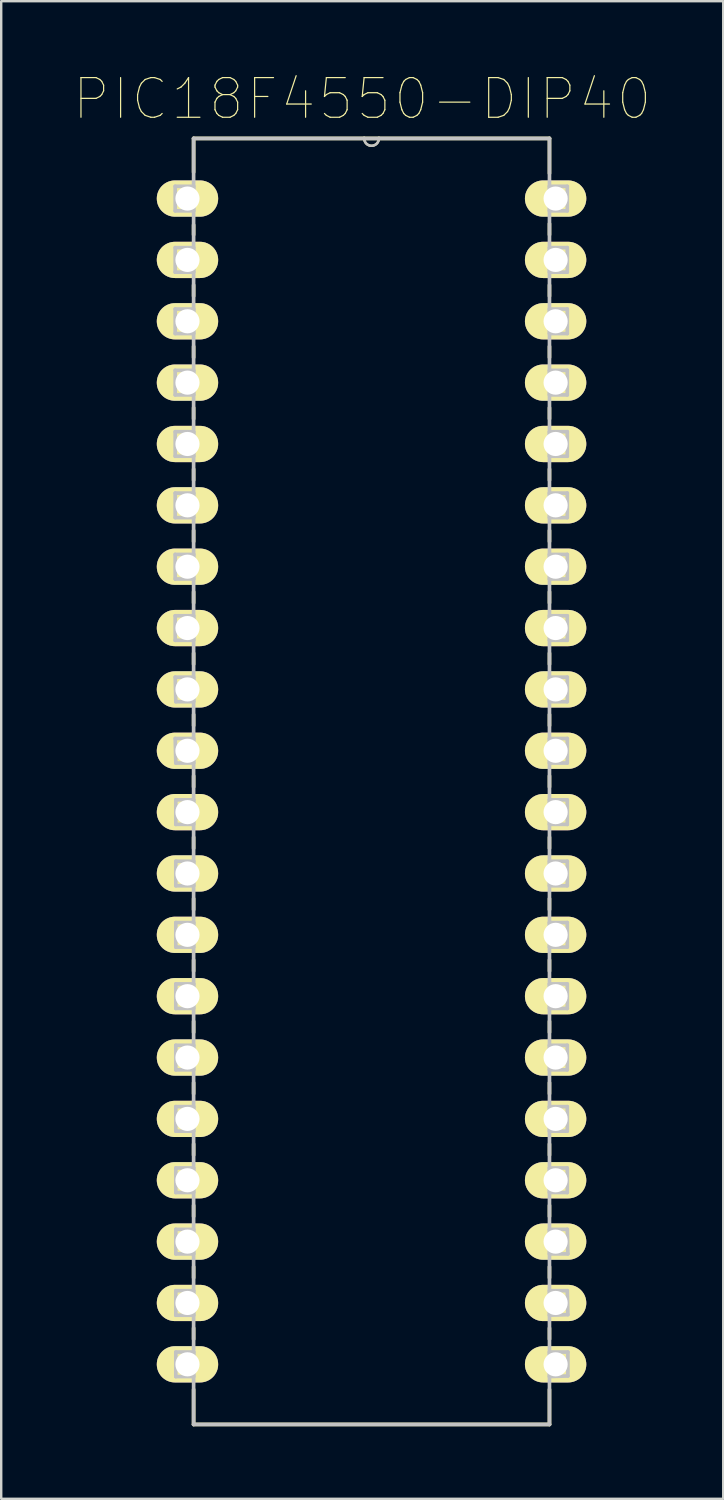
<source format=kicad_pcb>
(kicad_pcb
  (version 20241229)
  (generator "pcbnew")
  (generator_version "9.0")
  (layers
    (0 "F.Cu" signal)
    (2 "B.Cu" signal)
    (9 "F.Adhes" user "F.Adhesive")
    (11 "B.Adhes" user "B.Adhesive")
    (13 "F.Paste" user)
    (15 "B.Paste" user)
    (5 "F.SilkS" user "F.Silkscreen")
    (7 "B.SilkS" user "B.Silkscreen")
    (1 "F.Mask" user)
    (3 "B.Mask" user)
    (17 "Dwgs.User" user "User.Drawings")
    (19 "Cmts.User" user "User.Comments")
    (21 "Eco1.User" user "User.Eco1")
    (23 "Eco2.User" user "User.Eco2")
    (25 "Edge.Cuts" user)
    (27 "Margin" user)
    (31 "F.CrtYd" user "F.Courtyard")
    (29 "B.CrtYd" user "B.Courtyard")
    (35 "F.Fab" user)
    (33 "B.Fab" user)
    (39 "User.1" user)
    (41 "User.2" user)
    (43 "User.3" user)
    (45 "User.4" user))
  (footprint "PIC18F4550-DIP40"
    (layer "F.Cu")
    (at 19.951 53.43)
    (property "Reference" "PIC18F4550-DIP40" (at -8.006 -52.383 0) (layer "F.SilkS") (effects (font (size 1.641 1.641) (thickness 0.05))))
    (attr through_hole)
    (fp_line (start -14.986 -50.749) (end -14.986 -49.352) (stroke (width 0.152) (type solid)) (layer "F.SilkS"))
    (fp_line (start -14.986 -47.168) (end -14.986 -46.761) (stroke (width 0.152) (type solid)) (layer "F.SilkS"))
    (fp_line (start -14.986 -44.679) (end -14.986 -44.221) (stroke (width 0.152) (type solid)) (layer "F.SilkS"))
    (fp_line (start -14.986 -42.139) (end -14.986 -41.681) (stroke (width 0.152) (type solid)) (layer "F.SilkS"))
    (fp_line (start -14.986 -39.599) (end -14.986 -39.141) (stroke (width 0.152) (type solid)) (layer "F.SilkS"))
    (fp_line (start -14.986 -37.059) (end -14.986 -36.601) (stroke (width 0.152) (type solid)) (layer "F.SilkS"))
    (fp_line (start -14.986 -34.519) (end -14.986 -34.061) (stroke (width 0.152) (type solid)) (layer "F.SilkS"))
    (fp_line (start -14.986 -31.979) (end -14.986 -31.521) (stroke (width 0.152) (type solid)) (layer "F.SilkS"))
    (fp_line (start -14.986 -29.439) (end -14.986 -28.981) (stroke (width 0.152) (type solid)) (layer "F.SilkS"))
    (fp_line (start -14.986 -26.899) (end -14.986 -26.441) (stroke (width 0.152) (type solid)) (layer "F.SilkS"))
    (fp_line (start -14.986 -24.359) (end -14.986 -23.901) (stroke (width 0.152) (type solid)) (layer "F.SilkS"))
    (fp_line (start -14.986 -21.819) (end -14.986 -21.361) (stroke (width 0.152) (type solid)) (layer "F.SilkS"))
    (fp_line (start -14.986 -19.279) (end -14.986 -18.821) (stroke (width 0.152) (type solid)) (layer "F.SilkS"))
    (fp_line (start -14.986 -16.739) (end -14.986 -16.281) (stroke (width 0.152) (type solid)) (layer "F.SilkS"))
    (fp_line (start -14.986 -14.199) (end -14.986 -13.741) (stroke (width 0.152) (type solid)) (layer "F.SilkS"))
    (fp_line (start -14.986 -11.659) (end -14.986 -11.201) (stroke (width 0.152) (type solid)) (layer "F.SilkS"))
    (fp_line (start -14.986 -9.119) (end -14.986 -8.661) (stroke (width 0.152) (type solid)) (layer "F.SilkS"))
    (fp_line (start -14.986 -6.579) (end -14.986 -6.121) (stroke (width 0.152) (type solid)) (layer "F.SilkS"))
    (fp_line (start -14.986 -4.039) (end -14.986 -3.581) (stroke (width 0.152) (type solid)) (layer "F.SilkS"))
    (fp_line (start -14.986 -1.499) (end -14.986 -1.041) (stroke (width 0.152) (type solid)) (layer "F.SilkS"))
    (fp_line (start -14.986 1.041) (end -14.986 2.489) (stroke (width 0.152) (type solid)) (layer "F.SilkS"))
    (fp_line (start -14.986 2.489) (end -0.254 2.489) (stroke (width 0.152) (type solid)) (layer "F.SilkS"))
    (fp_line (start -7.925 -50.749) (end -14.986 -50.749) (stroke (width 0.152) (type solid)) (layer "F.SilkS"))
    (fp_line (start -7.315 -50.749) (end -7.925 -50.749) (stroke (width 0.152) (type solid)) (layer "F.SilkS"))
    (fp_line (start -0.254 -50.749) (end -7.315 -50.749) (stroke (width 0.152) (type solid)) (layer "F.SilkS"))
    (fp_line (start -0.254 -49.301) (end -0.254 -50.749) (stroke (width 0.152) (type solid)) (layer "F.SilkS"))
    (fp_line (start -0.254 -46.761) (end -0.254 -47.219) (stroke (width 0.152) (type solid)) (layer "F.SilkS"))
    (fp_line (start -0.254 -44.221) (end -0.254 -44.679) (stroke (width 0.152) (type solid)) (layer "F.SilkS"))
    (fp_line (start -0.254 -41.681) (end -0.254 -42.139) (stroke (width 0.152) (type solid)) (layer "F.SilkS"))
    (fp_line (start -0.254 -39.141) (end -0.254 -39.599) (stroke (width 0.152) (type solid)) (layer "F.SilkS"))
    (fp_line (start -0.254 -36.601) (end -0.254 -37.059) (stroke (width 0.152) (type solid)) (layer "F.SilkS"))
    (fp_line (start -0.254 -34.061) (end -0.254 -34.519) (stroke (width 0.152) (type solid)) (layer "F.SilkS"))
    (fp_line (start -0.254 -31.521) (end -0.254 -31.979) (stroke (width 0.152) (type solid)) (layer "F.SilkS"))
    (fp_line (start -0.254 -28.981) (end -0.254 -29.439) (stroke (width 0.152) (type solid)) (layer "F.SilkS"))
    (fp_line (start -0.254 -26.441) (end -0.254 -26.899) (stroke (width 0.152) (type solid)) (layer "F.SilkS"))
    (fp_line (start -0.254 -23.901) (end -0.254 -24.359) (stroke (width 0.152) (type solid)) (layer "F.SilkS"))
    (fp_line (start -0.254 -21.361) (end -0.254 -21.819) (stroke (width 0.152) (type solid)) (layer "F.SilkS"))
    (fp_line (start -0.254 -18.821) (end -0.254 -19.279) (stroke (width 0.152) (type solid)) (layer "F.SilkS"))
    (fp_line (start -0.254 -16.281) (end -0.254 -16.739) (stroke (width 0.152) (type solid)) (layer "F.SilkS"))
    (fp_line (start -0.254 -13.741) (end -0.254 -14.199) (stroke (width 0.152) (type solid)) (layer "F.SilkS"))
    (fp_line (start -0.254 -11.201) (end -0.254 -11.659) (stroke (width 0.152) (type solid)) (layer "F.SilkS"))
    (fp_line (start -0.254 -8.661) (end -0.254 -9.119) (stroke (width 0.152) (type solid)) (layer "F.SilkS"))
    (fp_line (start -0.254 -6.121) (end -0.254 -6.579) (stroke (width 0.152) (type solid)) (layer "F.SilkS"))
    (fp_line (start -0.254 -3.581) (end -0.254 -4.039) (stroke (width 0.152) (type solid)) (layer "F.SilkS"))
    (fp_line (start -0.254 -1.041) (end -0.254 -1.499) (stroke (width 0.152) (type solid)) (layer "F.SilkS"))
    (fp_line (start -0.254 2.489) (end -0.254 1.041) (stroke (width 0.152) (type solid)) (layer "F.SilkS"))
    (fp_arc (start -7.3152 -50.7492) (mid -7.62 -50.4444) (end -7.9248 -50.7492) (stroke (width 0.1) (type solid)) (layer "F.SilkS"))
    (fp_line (start -15.748 -48.768) (end -15.748 -47.752) (stroke (width 0.152) (type solid)) (layer "Dwgs.User"))
    (fp_line (start -15.748 -47.752) (end -14.986 -47.752) (stroke (width 0.152) (type solid)) (layer "Dwgs.User"))
    (fp_line (start -15.748 -46.228) (end -15.748 -45.212) (stroke (width 0.152) (type solid)) (layer "Dwgs.User"))
    (fp_line (start -15.748 -45.212) (end -14.986 -45.212) (stroke (width 0.152) (type solid)) (layer "Dwgs.User"))
    (fp_line (start -15.748 -43.688) (end -15.748 -42.672) (stroke (width 0.152) (type solid)) (layer "Dwgs.User"))
    (fp_line (start -15.748 -42.672) (end -14.986 -42.672) (stroke (width 0.152) (type solid)) (layer "Dwgs.User"))
    (fp_line (start -15.748 -41.148) (end -15.748 -40.132) (stroke (width 0.152) (type solid)) (layer "Dwgs.User"))
    (fp_line (start -15.748 -40.132) (end -14.986 -40.132) (stroke (width 0.152) (type solid)) (layer "Dwgs.User"))
    (fp_line (start -15.748 -38.608) (end -15.748 -37.592) (stroke (width 0.152) (type solid)) (layer "Dwgs.User"))
    (fp_line (start -15.748 -37.592) (end -14.986 -37.592) (stroke (width 0.152) (type solid)) (layer "Dwgs.User"))
    (fp_line (start -15.748 -36.068) (end -15.748 -35.052) (stroke (width 0.152) (type solid)) (layer "Dwgs.User"))
    (fp_line (start -15.748 -35.052) (end -14.986 -35.052) (stroke (width 0.152) (type solid)) (layer "Dwgs.User"))
    (fp_line (start -15.748 -33.528) (end -15.748 -32.512) (stroke (width 0.152) (type solid)) (layer "Dwgs.User"))
    (fp_line (start -15.748 -32.512) (end -14.986 -32.512) (stroke (width 0.152) (type solid)) (layer "Dwgs.User"))
    (fp_line (start -15.748 -30.988) (end -15.748 -29.972) (stroke (width 0.152) (type solid)) (layer "Dwgs.User"))
    (fp_line (start -15.748 -29.972) (end -14.986 -29.972) (stroke (width 0.152) (type solid)) (layer "Dwgs.User"))
    (fp_line (start -15.748 -28.448) (end -15.723 -27.432) (stroke (width 0.152) (type solid)) (layer "Dwgs.User"))
    (fp_line (start -15.748 -25.908) (end -15.723 -24.892) (stroke (width 0.152) (type solid)) (layer "Dwgs.User"))
    (fp_line (start -15.723 -27.432) (end -14.986 -27.432) (stroke (width 0.152) (type solid)) (layer "Dwgs.User"))
    (fp_line (start -15.723 -24.892) (end -14.986 -24.892) (stroke (width 0.152) (type solid)) (layer "Dwgs.User"))
    (fp_line (start -15.723 -23.368) (end -15.723 -22.352) (stroke (width 0.152) (type solid)) (layer "Dwgs.User"))
    (fp_line (start -15.723 -22.352) (end -14.986 -22.352) (stroke (width 0.152) (type solid)) (layer "Dwgs.User"))
    (fp_line (start -15.723 -20.828) (end -15.723 -19.812) (stroke (width 0.152) (type solid)) (layer "Dwgs.User"))
    (fp_line (start -15.723 -19.812) (end -14.986 -19.812) (stroke (width 0.152) (type solid)) (layer "Dwgs.User"))
    (fp_line (start -15.723 -18.288) (end -15.723 -17.272) (stroke (width 0.152) (type solid)) (layer "Dwgs.User"))
    (fp_line (start -15.723 -17.272) (end -14.986 -17.272) (stroke (width 0.152) (type solid)) (layer "Dwgs.User"))
    (fp_line (start -15.723 -15.748) (end -15.723 -14.732) (stroke (width 0.152) (type solid)) (layer "Dwgs.User"))
    (fp_line (start -15.723 -14.732) (end -14.986 -14.732) (stroke (width 0.152) (type solid)) (layer "Dwgs.User"))
    (fp_line (start -15.723 -13.208) (end -15.723 -12.192) (stroke (width 0.152) (type solid)) (layer "Dwgs.User"))
    (fp_line (start -15.723 -12.192) (end -14.986 -12.192) (stroke (width 0.152) (type solid)) (layer "Dwgs.User"))
    (fp_line (start -15.723 -10.668) (end -15.723 -9.652) (stroke (width 0.152) (type solid)) (layer "Dwgs.User"))
    (fp_line (start -15.723 -9.652) (end -14.986 -9.652) (stroke (width 0.152) (type solid)) (layer "Dwgs.User"))
    (fp_line (start -15.723 -8.128) (end -15.723 -7.112) (stroke (width 0.152) (type solid)) (layer "Dwgs.User"))
    (fp_line (start -15.723 -7.112) (end -14.986 -7.112) (stroke (width 0.152) (type solid)) (layer "Dwgs.User"))
    (fp_line (start -15.723 -5.588) (end -15.723 -4.572) (stroke (width 0.152) (type solid)) (layer "Dwgs.User"))
    (fp_line (start -15.723 -4.572) (end -14.986 -4.572) (stroke (width 0.152) (type solid)) (layer "Dwgs.User"))
    (fp_line (start -15.723 -3.048) (end -15.723 -2.032) (stroke (width 0.152) (type solid)) (layer "Dwgs.User"))
    (fp_line (start -15.723 -2.032) (end -14.986 -2.032) (stroke (width 0.152) (type solid)) (layer "Dwgs.User"))
    (fp_line (start -15.723 -0.508) (end -15.723 0.508) (stroke (width 0.152) (type solid)) (layer "Dwgs.User"))
    (fp_line (start -15.723 0.508) (end -14.986 0.508) (stroke (width 0.152) (type solid)) (layer "Dwgs.User"))
    (fp_line (start -14.986 -50.749) (end -14.986 2.489) (stroke (width 0.152) (type solid)) (layer "Dwgs.User"))
    (fp_line (start -14.986 -48.768) (end -15.748 -48.768) (stroke (width 0.152) (type solid)) (layer "Dwgs.User"))
    (fp_line (start -14.986 -47.752) (end -14.986 -48.768) (stroke (width 0.152) (type solid)) (layer "Dwgs.User"))
    (fp_line (start -14.986 -46.228) (end -15.748 -46.228) (stroke (width 0.152) (type solid)) (layer "Dwgs.User"))
    (fp_line (start -14.986 -45.212) (end -14.986 -46.228) (stroke (width 0.152) (type solid)) (layer "Dwgs.User"))
    (fp_line (start -14.986 -43.688) (end -15.748 -43.688) (stroke (width 0.152) (type solid)) (layer "Dwgs.User"))
    (fp_line (start -14.986 -42.672) (end -14.986 -43.688) (stroke (width 0.152) (type solid)) (layer "Dwgs.User"))
    (fp_line (start -14.986 -41.148) (end -15.748 -41.148) (stroke (width 0.152) (type solid)) (layer "Dwgs.User"))
    (fp_line (start -14.986 -40.132) (end -14.986 -41.148) (stroke (width 0.152) (type solid)) (layer "Dwgs.User"))
    (fp_line (start -14.986 -38.608) (end -15.748 -38.608) (stroke (width 0.152) (type solid)) (layer "Dwgs.User"))
    (fp_line (start -14.986 -37.592) (end -14.986 -38.608) (stroke (width 0.152) (type solid)) (layer "Dwgs.User"))
    (fp_line (start -14.986 -36.068) (end -15.748 -36.068) (stroke (width 0.152) (type solid)) (layer "Dwgs.User"))
    (fp_line (start -14.986 -35.052) (end -14.986 -36.068) (stroke (width 0.152) (type solid)) (layer "Dwgs.User"))
    (fp_line (start -14.986 -33.528) (end -15.748 -33.528) (stroke (width 0.152) (type solid)) (layer "Dwgs.User"))
    (fp_line (start -14.986 -32.512) (end -14.986 -33.528) (stroke (width 0.152) (type solid)) (layer "Dwgs.User"))
    (fp_line (start -14.986 -30.988) (end -15.748 -30.988) (stroke (width 0.152) (type solid)) (layer "Dwgs.User"))
    (fp_line (start -14.986 -29.972) (end -14.986 -30.988) (stroke (width 0.152) (type solid)) (layer "Dwgs.User"))
    (fp_line (start -14.986 -28.448) (end -15.748 -28.448) (stroke (width 0.152) (type solid)) (layer "Dwgs.User"))
    (fp_line (start -14.986 -27.432) (end -14.986 -28.448) (stroke (width 0.152) (type solid)) (layer "Dwgs.User"))
    (fp_line (start -14.986 -25.908) (end -15.748 -25.908) (stroke (width 0.152) (type solid)) (layer "Dwgs.User"))
    (fp_line (start -14.986 -24.892) (end -14.986 -25.908) (stroke (width 0.152) (type solid)) (layer "Dwgs.User"))
    (fp_line (start -14.986 -23.368) (end -15.723 -23.368) (stroke (width 0.152) (type solid)) (layer "Dwgs.User"))
    (fp_line (start -14.986 -22.352) (end -14.986 -23.368) (stroke (width 0.152) (type solid)) (layer "Dwgs.User"))
    (fp_line (start -14.986 -20.828) (end -15.723 -20.828) (stroke (width 0.152) (type solid)) (layer "Dwgs.User"))
    (fp_line (start -14.986 -19.812) (end -14.986 -20.828) (stroke (width 0.152) (type solid)) (layer "Dwgs.User"))
    (fp_line (start -14.986 -18.288) (end -15.723 -18.288) (stroke (width 0.152) (type solid)) (layer "Dwgs.User"))
    (fp_line (start -14.986 -17.272) (end -14.986 -18.288) (stroke (width 0.152) (type solid)) (layer "Dwgs.User"))
    (fp_line (start -14.986 -15.748) (end -15.723 -15.748) (stroke (width 0.152) (type solid)) (layer "Dwgs.User"))
    (fp_line (start -14.986 -14.732) (end -14.986 -15.748) (stroke (width 0.152) (type solid)) (layer "Dwgs.User"))
    (fp_line (start -14.986 -13.208) (end -15.723 -13.208) (stroke (width 0.152) (type solid)) (layer "Dwgs.User"))
    (fp_line (start -14.986 -12.192) (end -14.986 -13.208) (stroke (width 0.152) (type solid)) (layer "Dwgs.User"))
    (fp_line (start -14.986 -10.668) (end -15.723 -10.668) (stroke (width 0.152) (type solid)) (layer "Dwgs.User"))
    (fp_line (start -14.986 -9.652) (end -14.986 -10.668) (stroke (width 0.152) (type solid)) (layer "Dwgs.User"))
    (fp_line (start -14.986 -8.128) (end -15.723 -8.128) (stroke (width 0.152) (type solid)) (layer "Dwgs.User"))
    (fp_line (start -14.986 -7.112) (end -14.986 -8.128) (stroke (width 0.152) (type solid)) (layer "Dwgs.User"))
    (fp_line (start -14.986 -5.588) (end -15.723 -5.588) (stroke (width 0.152) (type solid)) (layer "Dwgs.User"))
    (fp_line (start -14.986 -4.572) (end -14.986 -5.588) (stroke (width 0.152) (type solid)) (layer "Dwgs.User"))
    (fp_line (start -14.986 -3.048) (end -15.723 -3.048) (stroke (width 0.152) (type solid)) (layer "Dwgs.User"))
    (fp_line (start -14.986 -2.032) (end -14.986 -3.048) (stroke (width 0.152) (type solid)) (layer "Dwgs.User"))
    (fp_line (start -14.986 -0.508) (end -15.723 -0.508) (stroke (width 0.152) (type solid)) (layer "Dwgs.User"))
    (fp_line (start -14.986 0.508) (end -14.986 -0.508) (stroke (width 0.152) (type solid)) (layer "Dwgs.User"))
    (fp_line (start -14.986 2.489) (end -0.254 2.489) (stroke (width 0.152) (type solid)) (layer "Dwgs.User"))
    (fp_line (start -7.925 -50.749) (end -14.986 -50.749) (stroke (width 0.152) (type solid)) (layer "Dwgs.User"))
    (fp_line (start -7.315 -50.749) (end -7.925 -50.749) (stroke (width 0.152) (type solid)) (layer "Dwgs.User"))
    (fp_line (start -0.254 -50.749) (end -7.315 -50.749) (stroke (width 0.152) (type solid)) (layer "Dwgs.User"))
    (fp_line (start -0.254 -48.768) (end -0.254 -47.752) (stroke (width 0.152) (type solid)) (layer "Dwgs.User"))
    (fp_line (start -0.254 -47.752) (end 0.483 -47.752) (stroke (width 0.152) (type solid)) (layer "Dwgs.User"))
    (fp_line (start -0.254 -46.228) (end -0.254 -45.212) (stroke (width 0.152) (type solid)) (layer "Dwgs.User"))
    (fp_line (start -0.254 -45.212) (end 0.483 -45.212) (stroke (width 0.152) (type solid)) (layer "Dwgs.User"))
    (fp_line (start -0.254 -43.688) (end -0.254 -42.672) (stroke (width 0.152) (type solid)) (layer "Dwgs.User"))
    (fp_line (start -0.254 -42.672) (end 0.483 -42.672) (stroke (width 0.152) (type solid)) (layer "Dwgs.User"))
    (fp_line (start -0.254 -41.148) (end -0.254 -40.132) (stroke (width 0.152) (type solid)) (layer "Dwgs.User"))
    (fp_line (start -0.254 -40.132) (end 0.483 -40.132) (stroke (width 0.152) (type solid)) (layer "Dwgs.User"))
    (fp_line (start -0.254 -38.608) (end -0.254 -37.592) (stroke (width 0.152) (type solid)) (layer "Dwgs.User"))
    (fp_line (start -0.254 -37.592) (end 0.483 -37.592) (stroke (width 0.152) (type solid)) (layer "Dwgs.User"))
    (fp_line (start -0.254 -36.068) (end -0.254 -35.052) (stroke (width 0.152) (type solid)) (layer "Dwgs.User"))
    (fp_line (start -0.254 -35.052) (end 0.483 -35.052) (stroke (width 0.152) (type solid)) (layer "Dwgs.User"))
    (fp_line (start -0.254 -33.528) (end -0.254 -32.512) (stroke (width 0.152) (type solid)) (layer "Dwgs.User"))
    (fp_line (start -0.254 -32.512) (end 0.483 -32.512) (stroke (width 0.152) (type solid)) (layer "Dwgs.User"))
    (fp_line (start -0.254 -30.988) (end -0.254 -29.972) (stroke (width 0.152) (type solid)) (layer "Dwgs.User"))
    (fp_line (start -0.254 -29.972) (end 0.483 -29.972) (stroke (width 0.152) (type solid)) (layer "Dwgs.User"))
    (fp_line (start -0.254 -28.448) (end -0.254 -27.432) (stroke (width 0.152) (type solid)) (layer "Dwgs.User"))
    (fp_line (start -0.254 -27.432) (end 0.483 -27.432) (stroke (width 0.152) (type solid)) (layer "Dwgs.User"))
    (fp_line (start -0.254 -25.908) (end -0.254 -24.892) (stroke (width 0.152) (type solid)) (layer "Dwgs.User"))
    (fp_line (start -0.254 -24.892) (end 0.483 -24.892) (stroke (width 0.152) (type solid)) (layer "Dwgs.User"))
    (fp_line (start -0.254 -23.368) (end -0.254 -22.352) (stroke (width 0.152) (type solid)) (layer "Dwgs.User"))
    (fp_line (start -0.254 -22.352) (end 0.483 -22.352) (stroke (width 0.152) (type solid)) (layer "Dwgs.User"))
    (fp_line (start -0.254 -20.828) (end -0.254 -19.812) (stroke (width 0.152) (type solid)) (layer "Dwgs.User"))
    (fp_line (start -0.254 -19.812) (end 0.483 -19.812) (stroke (width 0.152) (type solid)) (layer "Dwgs.User"))
    (fp_line (start -0.254 -18.288) (end -0.254 -17.272) (stroke (width 0.152) (type solid)) (layer "Dwgs.User"))
    (fp_line (start -0.254 -17.272) (end 0.483 -17.272) (stroke (width 0.152) (type solid)) (layer "Dwgs.User"))
    (fp_line (start -0.254 -15.748) (end -0.254 -14.732) (stroke (width 0.152) (type solid)) (layer "Dwgs.User"))
    (fp_line (start -0.254 -14.732) (end 0.483 -14.732) (stroke (width 0.152) (type solid)) (layer "Dwgs.User"))
    (fp_line (start -0.254 -13.208) (end -0.254 -12.192) (stroke (width 0.152) (type solid)) (layer "Dwgs.User"))
    (fp_line (start -0.254 -12.192) (end 0.483 -12.192) (stroke (width 0.152) (type solid)) (layer "Dwgs.User"))
    (fp_line (start -0.254 -10.668) (end -0.254 -9.652) (stroke (width 0.152) (type solid)) (layer "Dwgs.User"))
    (fp_line (start -0.254 -9.652) (end 0.483 -9.652) (stroke (width 0.152) (type solid)) (layer "Dwgs.User"))
    (fp_line (start -0.254 -8.128) (end -0.254 -7.112) (stroke (width 0.152) (type solid)) (layer "Dwgs.User"))
    (fp_line (start -0.254 -7.112) (end 0.483 -7.112) (stroke (width 0.152) (type solid)) (layer "Dwgs.User"))
    (fp_line (start -0.254 -5.588) (end -0.254 -4.572) (stroke (width 0.152) (type solid)) (layer "Dwgs.User"))
    (fp_line (start -0.254 -4.572) (end 0.508 -4.572) (stroke (width 0.152) (type solid)) (layer "Dwgs.User"))
    (fp_line (start -0.254 -3.048) (end -0.254 -2.032) (stroke (width 0.152) (type solid)) (layer "Dwgs.User"))
    (fp_line (start -0.254 -2.032) (end 0.508 -2.057) (stroke (width 0.152) (type solid)) (layer "Dwgs.User"))
    (fp_line (start -0.254 -0.508) (end -0.254 0.508) (stroke (width 0.152) (type solid)) (layer "Dwgs.User"))
    (fp_line (start -0.254 0.508) (end 0.508 0.483) (stroke (width 0.152) (type solid)) (layer "Dwgs.User"))
    (fp_line (start -0.254 2.489) (end -0.254 -50.749) (stroke (width 0.152) (type solid)) (layer "Dwgs.User"))
    (fp_line (start 0.483 -48.768) (end -0.254 -48.768) (stroke (width 0.152) (type solid)) (layer "Dwgs.User"))
    (fp_line (start 0.483 -47.752) (end 0.483 -48.768) (stroke (width 0.152) (type solid)) (layer "Dwgs.User"))
    (fp_line (start 0.483 -46.228) (end -0.254 -46.228) (stroke (width 0.152) (type solid)) (layer "Dwgs.User"))
    (fp_line (start 0.483 -45.212) (end 0.483 -46.228) (stroke (width 0.152) (type solid)) (layer "Dwgs.User"))
    (fp_line (start 0.483 -43.688) (end -0.254 -43.688) (stroke (width 0.152) (type solid)) (layer "Dwgs.User"))
    (fp_line (start 0.483 -42.672) (end 0.483 -43.688) (stroke (width 0.152) (type solid)) (layer "Dwgs.User"))
    (fp_line (start 0.483 -41.148) (end -0.254 -41.148) (stroke (width 0.152) (type solid)) (layer "Dwgs.User"))
    (fp_line (start 0.483 -40.132) (end 0.483 -41.148) (stroke (width 0.152) (type solid)) (layer "Dwgs.User"))
    (fp_line (start 0.483 -38.608) (end -0.254 -38.608) (stroke (width 0.152) (type solid)) (layer "Dwgs.User"))
    (fp_line (start 0.483 -37.592) (end 0.483 -38.608) (stroke (width 0.152) (type solid)) (layer "Dwgs.User"))
    (fp_line (start 0.483 -36.068) (end -0.254 -36.068) (stroke (width 0.152) (type solid)) (layer "Dwgs.User"))
    (fp_line (start 0.483 -35.052) (end 0.483 -36.068) (stroke (width 0.152) (type solid)) (layer "Dwgs.User"))
    (fp_line (start 0.483 -33.528) (end -0.254 -33.528) (stroke (width 0.152) (type solid)) (layer "Dwgs.User"))
    (fp_line (start 0.483 -32.512) (end 0.483 -33.528) (stroke (width 0.152) (type solid)) (layer "Dwgs.User"))
    (fp_line (start 0.483 -30.988) (end -0.254 -30.988) (stroke (width 0.152) (type solid)) (layer "Dwgs.User"))
    (fp_line (start 0.483 -29.972) (end 0.483 -30.988) (stroke (width 0.152) (type solid)) (layer "Dwgs.User"))
    (fp_line (start 0.483 -28.448) (end -0.254 -28.448) (stroke (width 0.152) (type solid)) (layer "Dwgs.User"))
    (fp_line (start 0.483 -27.432) (end 0.483 -28.448) (stroke (width 0.152) (type solid)) (layer "Dwgs.User"))
    (fp_line (start 0.483 -25.908) (end -0.254 -25.908) (stroke (width 0.152) (type solid)) (layer "Dwgs.User"))
    (fp_line (start 0.483 -24.892) (end 0.483 -25.908) (stroke (width 0.152) (type solid)) (layer "Dwgs.User"))
    (fp_line (start 0.483 -23.368) (end -0.254 -23.368) (stroke (width 0.152) (type solid)) (layer "Dwgs.User"))
    (fp_line (start 0.483 -22.352) (end 0.483 -23.368) (stroke (width 0.152) (type solid)) (layer "Dwgs.User"))
    (fp_line (start 0.483 -20.828) (end -0.254 -20.828) (stroke (width 0.152) (type solid)) (layer "Dwgs.User"))
    (fp_line (start 0.483 -19.812) (end 0.483 -20.828) (stroke (width 0.152) (type solid)) (layer "Dwgs.User"))
    (fp_line (start 0.483 -18.288) (end -0.254 -18.288) (stroke (width 0.152) (type solid)) (layer "Dwgs.User"))
    (fp_line (start 0.483 -17.272) (end 0.483 -18.288) (stroke (width 0.152) (type solid)) (layer "Dwgs.User"))
    (fp_line (start 0.483 -15.748) (end -0.254 -15.748) (stroke (width 0.152) (type solid)) (layer "Dwgs.User"))
    (fp_line (start 0.483 -14.732) (end 0.483 -15.748) (stroke (width 0.152) (type solid)) (layer "Dwgs.User"))
    (fp_line (start 0.483 -13.208) (end -0.254 -13.208) (stroke (width 0.152) (type solid)) (layer "Dwgs.User"))
    (fp_line (start 0.483 -12.192) (end 0.483 -13.208) (stroke (width 0.152) (type solid)) (layer "Dwgs.User"))
    (fp_line (start 0.483 -10.668) (end -0.254 -10.668) (stroke (width 0.152) (type solid)) (layer "Dwgs.User"))
    (fp_line (start 0.483 -9.652) (end 0.483 -10.668) (stroke (width 0.152) (type solid)) (layer "Dwgs.User"))
    (fp_line (start 0.483 -8.128) (end -0.254 -8.128) (stroke (width 0.152) (type solid)) (layer "Dwgs.User"))
    (fp_line (start 0.483 -7.112) (end 0.483 -8.128) (stroke (width 0.152) (type solid)) (layer "Dwgs.User"))
    (fp_line (start 0.483 -5.588) (end -0.254 -5.588) (stroke (width 0.152) (type solid)) (layer "Dwgs.User"))
    (fp_line (start 0.483 -3.048) (end -0.254 -3.048) (stroke (width 0.152) (type solid)) (layer "Dwgs.User"))
    (fp_line (start 0.508 -4.572) (end 0.483 -5.588) (stroke (width 0.152) (type solid)) (layer "Dwgs.User"))
    (fp_line (start 0.508 -2.057) (end 0.483 -3.048) (stroke (width 0.152) (type solid)) (layer "Dwgs.User"))
    (fp_line (start 0.508 -0.508) (end -0.254 -0.508) (stroke (width 0.152) (type solid)) (layer "Dwgs.User"))
    (fp_line (start 0.508 0.483) (end 0.508 -0.508) (stroke (width 0.152) (type solid)) (layer "Dwgs.User"))
    (fp_arc (start -7.3152 -50.7492) (mid -7.62 -50.4444) (end -7.9248 -50.7492) (stroke (width 0.1) (type solid)) (layer "Dwgs.User"))
    (pad "1" thru_hole oval (at -15.24 -48.26) (size 2.54 1.5) (drill 1) (layers "*.Cu" "*.Mask" "F.SilkS"))
    (pad "2" thru_hole oval (at -15.24 -45.72) (size 2.54 1.5) (drill 1) (layers "*.Cu" "*.Mask" "F.SilkS"))
    (pad "3" thru_hole oval (at -15.24 -43.18) (size 2.54 1.5) (drill 1) (layers "*.Cu" "*.Mask" "F.SilkS"))
    (pad "4" thru_hole oval (at -15.24 -40.64) (size 2.54 1.5) (drill 1) (layers "*.Cu" "*.Mask" "F.SilkS"))
    (pad "5" thru_hole oval (at -15.24 -38.1) (size 2.54 1.5) (drill 1) (layers "*.Cu" "*.Mask" "F.SilkS"))
    (pad "6" thru_hole oval (at -15.24 -35.56) (size 2.54 1.5) (drill 1) (layers "*.Cu" "*.Mask" "F.SilkS"))
    (pad "7" thru_hole oval (at -15.24 -33.02) (size 2.54 1.5) (drill 1) (layers "*.Cu" "*.Mask" "F.SilkS"))
    (pad "8" thru_hole oval (at -15.24 -30.48) (size 2.54 1.5) (drill 1) (layers "*.Cu" "*.Mask" "F.SilkS"))
    (pad "9" thru_hole oval (at -15.24 -27.94) (size 2.54 1.5) (drill 1) (layers "*.Cu" "*.Mask" "F.SilkS"))
    (pad "10" thru_hole oval (at -15.24 -25.4) (size 2.54 1.5) (drill 1) (layers "*.Cu" "*.Mask" "F.SilkS"))
    (pad "11" thru_hole oval (at -15.24 -22.86) (size 2.54 1.5) (drill 1) (layers "*.Cu" "*.Mask" "F.SilkS"))
    (pad "12" thru_hole oval (at -15.24 -20.32) (size 2.54 1.5) (drill 1) (layers "*.Cu" "*.Mask" "F.SilkS"))
    (pad "13" thru_hole oval (at -15.24 -17.78) (size 2.54 1.5) (drill 1) (layers "*.Cu" "*.Mask" "F.SilkS"))
    (pad "14" thru_hole oval (at -15.24 -15.24) (size 2.54 1.5) (drill 1) (layers "*.Cu" "*.Mask" "F.SilkS"))
    (pad "15" thru_hole oval (at -15.24 -12.7) (size 2.54 1.5) (drill 1) (layers "*.Cu" "*.Mask" "F.SilkS"))
    (pad "16" thru_hole oval (at -15.24 -10.16) (size 2.54 1.5) (drill 1) (layers "*.Cu" "*.Mask" "F.SilkS"))
    (pad "17" thru_hole oval (at -15.24 -7.62) (size 2.54 1.5) (drill 1) (layers "*.Cu" "*.Mask" "F.SilkS"))
    (pad "18" thru_hole oval (at -15.24 -5.08) (size 2.54 1.5) (drill 1) (layers "*.Cu" "*.Mask" "F.SilkS"))
    (pad "19" thru_hole oval (at -15.24 -2.54) (size 2.54 1.5) (drill 1) (layers "*.Cu" "*.Mask" "F.SilkS"))
    (pad "20" thru_hole oval (at -15.24 0) (size 2.54 1.5) (drill 1) (layers "*.Cu" "*.Mask" "F.SilkS"))
    (pad "21" thru_hole oval (at 0 0) (size 2.54 1.5) (drill 1) (layers "*.Cu" "*.Mask" "F.SilkS"))
    (pad "22" thru_hole oval (at 0 -2.54) (size 2.54 1.5) (drill 1) (layers "*.Cu" "*.Mask" "F.SilkS"))
    (pad "23" thru_hole oval (at 0 -5.08) (size 2.54 1.5) (drill 1) (layers "*.Cu" "*.Mask" "F.SilkS"))
    (pad "24" thru_hole oval (at 0 -7.62) (size 2.54 1.5) (drill 1) (layers "*.Cu" "*.Mask" "F.SilkS"))
    (pad "25" thru_hole oval (at 0 -10.16) (size 2.54 1.5) (drill 1) (layers "*.Cu" "*.Mask" "F.SilkS"))
    (pad "26" thru_hole oval (at 0 -12.7) (size 2.54 1.5) (drill 1) (layers "*.Cu" "*.Mask" "F.SilkS"))
    (pad "27" thru_hole oval (at 0 -15.24) (size 2.54 1.5) (drill 1) (layers "*.Cu" "*.Mask" "F.SilkS"))
    (pad "28" thru_hole oval (at 0 -17.78) (size 2.54 1.5) (drill 1) (layers "*.Cu" "*.Mask" "F.SilkS"))
    (pad "29" thru_hole oval (at 0 -20.32) (size 2.54 1.5) (drill 1) (layers "*.Cu" "*.Mask" "F.SilkS"))
    (pad "30" thru_hole oval (at 0 -22.86) (size 2.54 1.5) (drill 1) (layers "*.Cu" "*.Mask" "F.SilkS"))
    (pad "31" thru_hole oval (at 0 -25.4) (size 2.54 1.5) (drill 1) (layers "*.Cu" "*.Mask" "F.SilkS"))
    (pad "32" thru_hole oval (at 0 -27.94) (size 2.54 1.5) (drill 1) (layers "*.Cu" "*.Mask" "F.SilkS"))
    (pad "33" thru_hole oval (at 0 -30.48) (size 2.54 1.5) (drill 1) (layers "*.Cu" "*.Mask" "F.SilkS"))
    (pad "34" thru_hole oval (at 0 -33.02) (size 2.54 1.5) (drill 1) (layers "*.Cu" "*.Mask" "F.SilkS"))
    (pad "35" thru_hole oval (at 0 -35.56) (size 2.54 1.5) (drill 1) (layers "*.Cu" "*.Mask" "F.SilkS"))
    (pad "36" thru_hole oval (at 0 -38.1) (size 2.54 1.5) (drill 1) (layers "*.Cu" "*.Mask" "F.SilkS"))
    (pad "37" thru_hole oval (at 0 -40.64) (size 2.54 1.5) (drill 1) (layers "*.Cu" "*.Mask" "F.SilkS"))
    (pad "38" thru_hole oval (at 0 -43.18) (size 2.54 1.5) (drill 1) (layers "*.Cu" "*.Mask" "F.SilkS"))
    (pad "39" thru_hole oval (at 0 -45.72) (size 2.54 1.5) (drill 1) (layers "*.Cu" "*.Mask" "F.SilkS"))
    (pad "40" thru_hole oval (at 0 -48.26) (size 2.54 1.5) (drill 1) (layers "*.Cu" "*.Mask" "F.SilkS")))
  (gr_rect
    (start -3 -3)
    (end 26.89 58.996)
    (stroke (width 0.1) (type default))
    (fill no)
    (layer "Edge.Cuts")))
</source>
